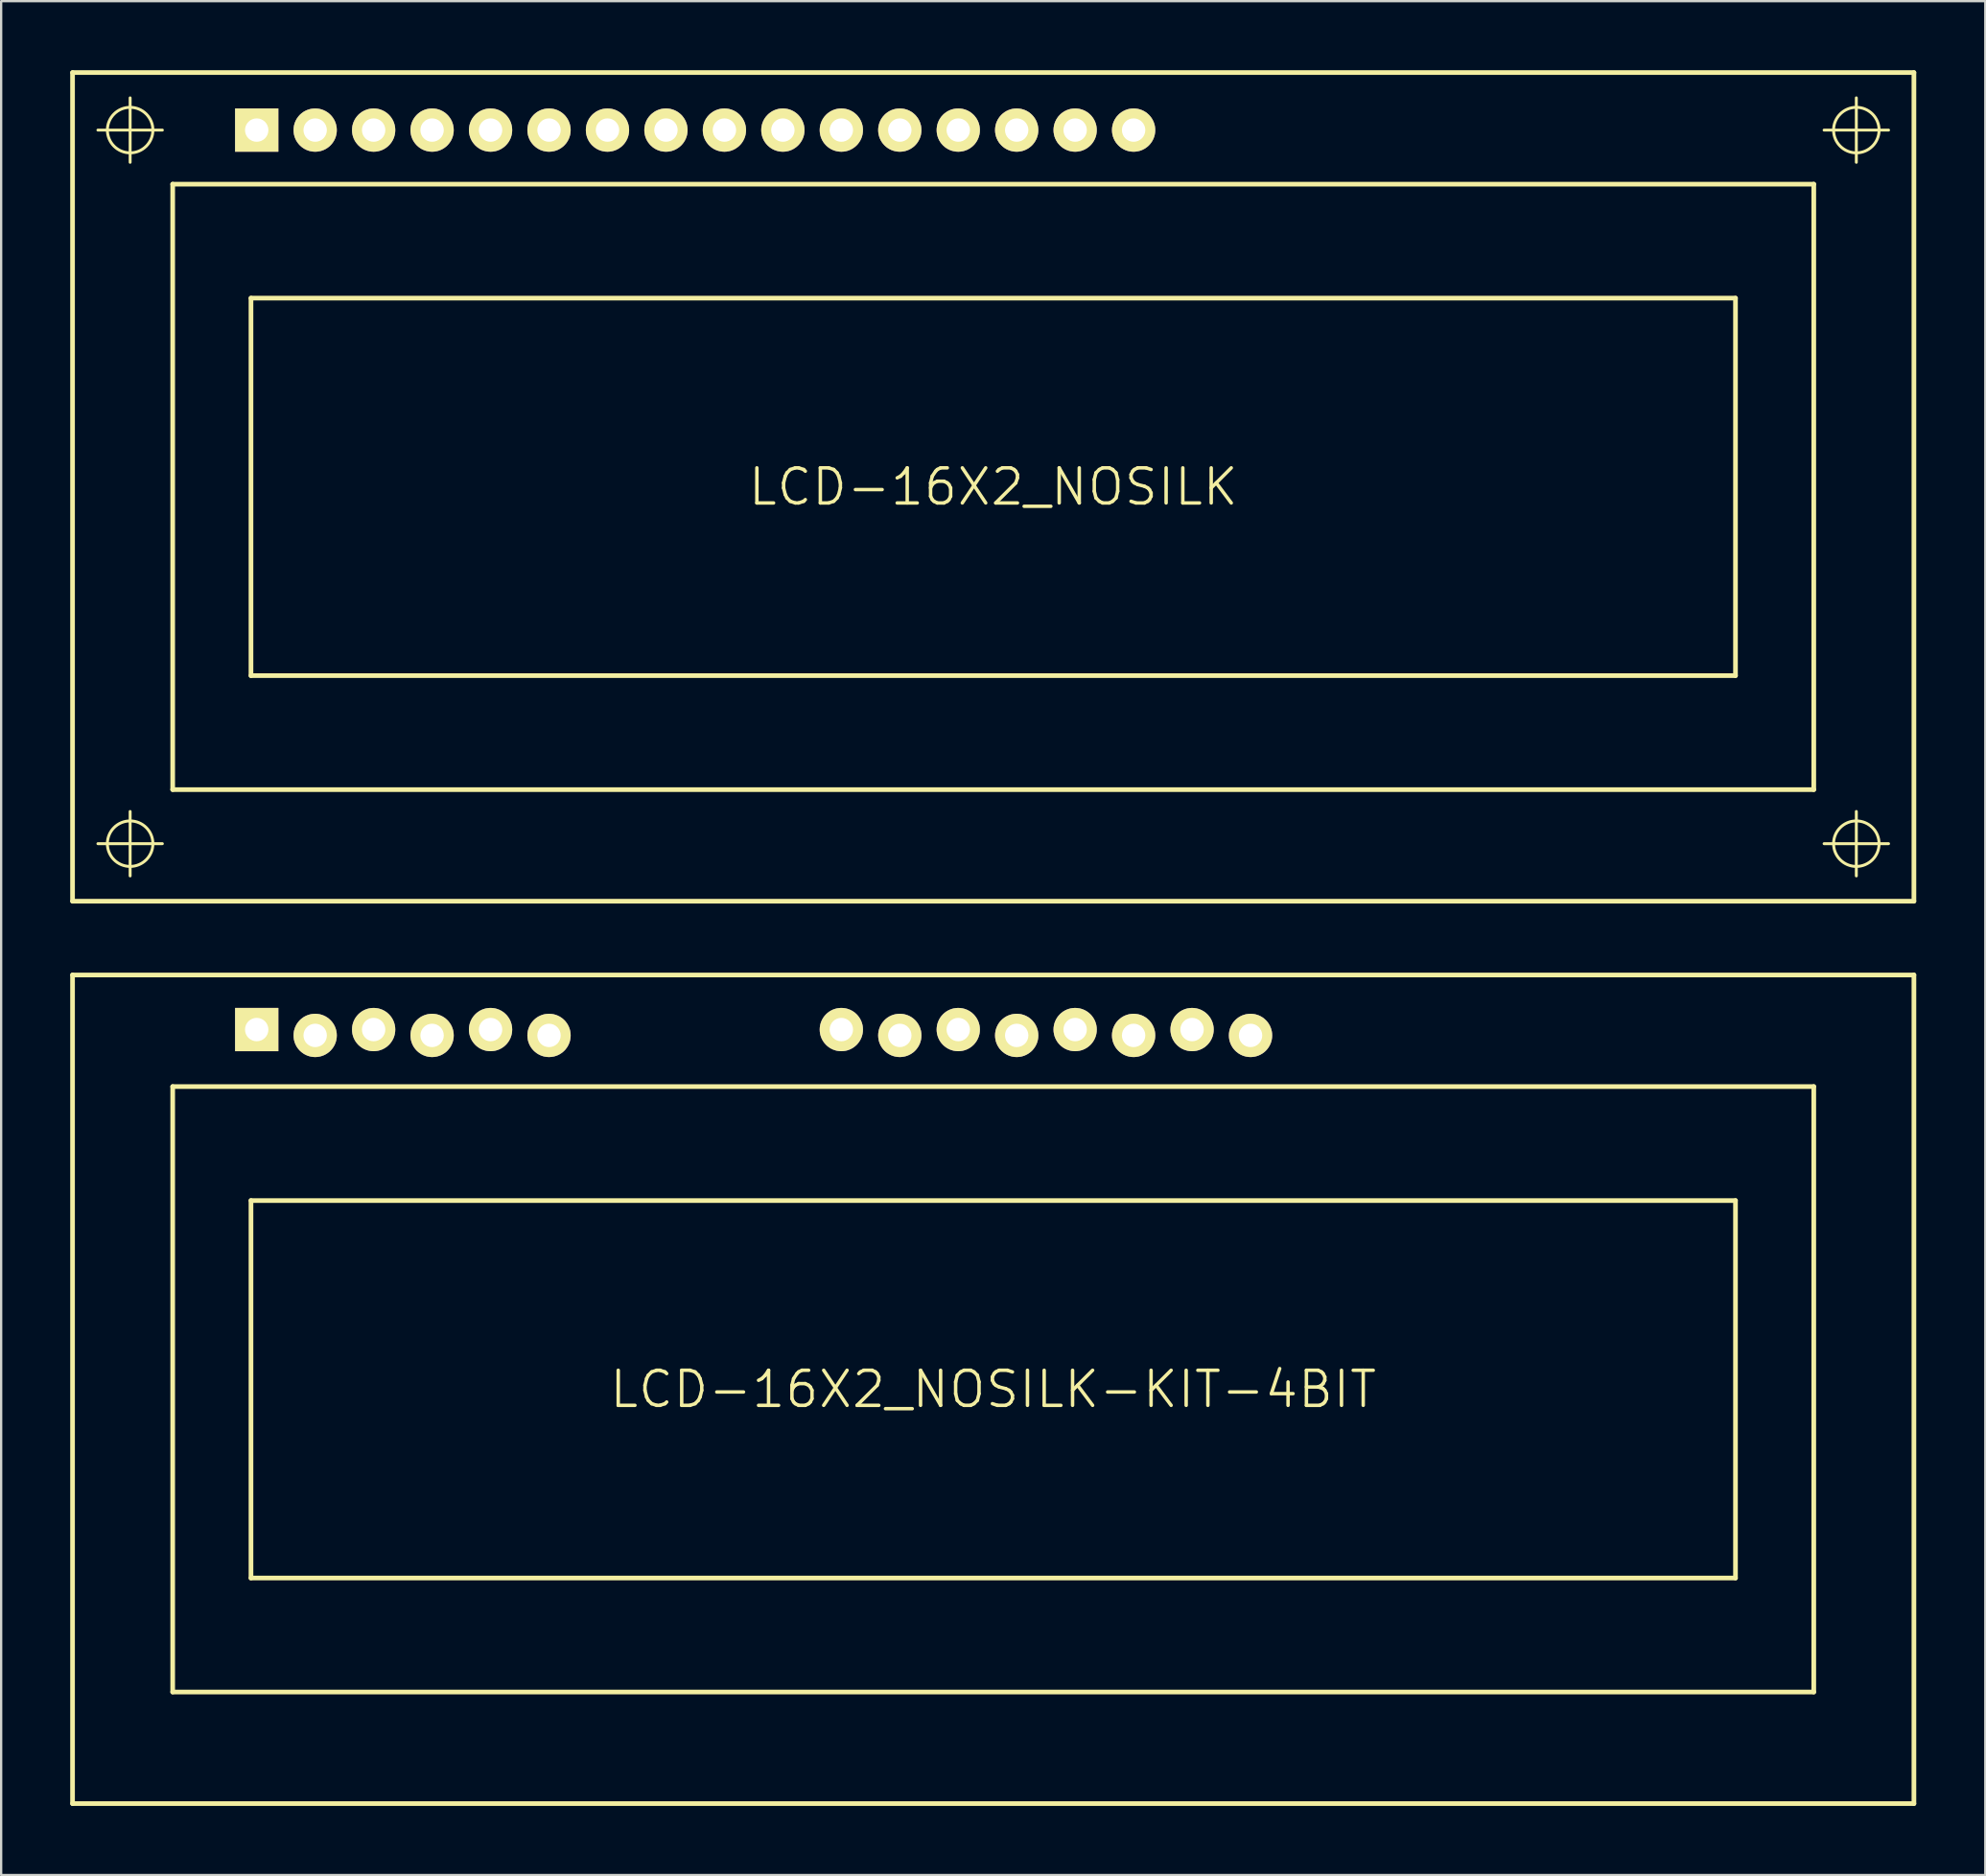
<source format=kicad_pcb>
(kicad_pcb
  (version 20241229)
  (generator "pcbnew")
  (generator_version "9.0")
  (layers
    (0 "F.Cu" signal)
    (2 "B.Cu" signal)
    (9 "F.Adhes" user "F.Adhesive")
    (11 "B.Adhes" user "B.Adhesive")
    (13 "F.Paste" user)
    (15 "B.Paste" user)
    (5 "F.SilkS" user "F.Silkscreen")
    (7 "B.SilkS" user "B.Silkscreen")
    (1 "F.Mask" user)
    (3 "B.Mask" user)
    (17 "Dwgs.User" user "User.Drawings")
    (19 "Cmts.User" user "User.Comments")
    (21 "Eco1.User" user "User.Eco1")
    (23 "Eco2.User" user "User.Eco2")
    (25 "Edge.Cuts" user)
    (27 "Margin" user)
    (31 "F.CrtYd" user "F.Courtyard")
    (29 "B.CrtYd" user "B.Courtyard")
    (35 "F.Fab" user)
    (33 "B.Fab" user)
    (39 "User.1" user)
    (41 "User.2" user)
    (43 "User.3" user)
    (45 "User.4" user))
  (footprint "LCD-16X2_NOSILK"
    (layer "F.Cu")
    (at 40.102 18.1)
    (property "Reference" "LCD-16X2_NOSILK" (at 0 0 0) (layer "F.SilkS") (effects (font (size 1.524 1.524) (thickness 0.15))))
    (attr exclude_from_pos_files exclude_from_bom)
    (fp_line (start -40 -17.998) (end 40 -17.998) (stroke (width 0.203) (type solid)) (layer "F.SilkS"))
    (fp_line (start -40 17.998) (end -40 -17.998) (stroke (width 0.203) (type solid)) (layer "F.SilkS"))
    (fp_line (start -38.898 -15.499) (end -36.098 -15.499) (stroke (width 0.127) (type solid)) (layer "F.SilkS"))
    (fp_line (start -38.898 15.499) (end -36.098 15.499) (stroke (width 0.127) (type solid)) (layer "F.SilkS"))
    (fp_line (start -37.498 -14.1) (end -37.498 -16.899) (stroke (width 0.127) (type solid)) (layer "F.SilkS"))
    (fp_line (start -37.498 16.899) (end -37.498 14.1) (stroke (width 0.127) (type solid)) (layer "F.SilkS"))
    (fp_line (start -35.649 -13.15) (end 35.649 -13.15) (stroke (width 0.203) (type solid)) (layer "F.SilkS"))
    (fp_line (start -35.649 13.15) (end -35.649 -13.15) (stroke (width 0.203) (type solid)) (layer "F.SilkS"))
    (fp_line (start -32.248 -8.199) (end 32.248 -8.199) (stroke (width 0.203) (type solid)) (layer "F.SilkS"))
    (fp_line (start -32.248 8.199) (end -32.248 -8.199) (stroke (width 0.203) (type solid)) (layer "F.SilkS"))
    (fp_line (start 32.248 -8.199) (end 32.248 8.199) (stroke (width 0.203) (type solid)) (layer "F.SilkS"))
    (fp_line (start 32.248 8.199) (end -32.248 8.199) (stroke (width 0.203) (type solid)) (layer "F.SilkS"))
    (fp_line (start 35.649 -13.15) (end 35.649 13.15) (stroke (width 0.203) (type solid)) (layer "F.SilkS"))
    (fp_line (start 35.649 13.15) (end -35.649 13.15) (stroke (width 0.203) (type solid)) (layer "F.SilkS"))
    (fp_line (start 36.098 -15.499) (end 38.898 -15.499) (stroke (width 0.127) (type solid)) (layer "F.SilkS"))
    (fp_line (start 36.098 15.499) (end 38.898 15.499) (stroke (width 0.127) (type solid)) (layer "F.SilkS"))
    (fp_line (start 37.498 -14.1) (end 37.498 -16.899) (stroke (width 0.127) (type solid)) (layer "F.SilkS"))
    (fp_line (start 37.498 16.899) (end 37.498 14.1) (stroke (width 0.127) (type solid)) (layer "F.SilkS"))
    (fp_line (start 40 -17.998) (end 40 17.998) (stroke (width 0.203) (type solid)) (layer "F.SilkS"))
    (fp_line (start 40 17.998) (end -40 17.998) (stroke (width 0.203) (type solid)) (layer "F.SilkS"))
    (fp_circle (center -37.498 -15.499) (end -38.197 -16.198) (stroke (width 0.127) (type solid)) (fill no) (layer "F.SilkS"))
    (fp_circle (center -37.498 15.499) (end -38.197 16.198) (stroke (width 0.127) (type solid)) (fill no) (layer "F.SilkS"))
    (fp_circle (center 37.498 -15.499) (end 38.197 -16.198) (stroke (width 0.127) (type solid)) (fill no) (layer "F.SilkS"))
    (fp_circle (center 37.498 15.499) (end 38.197 16.198) (stroke (width 0.127) (type solid)) (fill no) (layer "F.SilkS"))
    (pad "1" thru_hole rect (at -31.999 -15.499) (size 1.88 1.88) (drill 1.016) (layers "*.Cu" "F.Mask" "F.SilkS" "F.Paste"))
    (pad "2" thru_hole circle (at -29.459 -15.499) (size 1.88 1.88) (drill 1.016) (layers "*.Cu" "F.Mask" "F.SilkS" "F.Paste"))
    (pad "3" thru_hole circle (at -26.919 -15.499) (size 1.88 1.88) (drill 1.016) (layers "*.Cu" "F.Mask" "F.SilkS" "F.Paste"))
    (pad "4" thru_hole circle (at -24.379 -15.499) (size 1.88 1.88) (drill 1.016) (layers "*.Cu" "F.Mask" "F.SilkS" "F.Paste"))
    (pad "5" thru_hole circle (at -21.839 -15.499) (size 1.88 1.88) (drill 1.016) (layers "*.Cu" "F.Mask" "F.SilkS" "F.Paste"))
    (pad "6" thru_hole circle (at -19.299 -15.499) (size 1.88 1.88) (drill 1.016) (layers "*.Cu" "F.Mask" "F.SilkS" "F.Paste"))
    (pad "7" thru_hole circle (at -16.759 -15.499) (size 1.88 1.88) (drill 1.016) (layers "*.Cu" "F.Mask" "F.SilkS" "F.Paste"))
    (pad "8" thru_hole circle (at -14.219 -15.499) (size 1.88 1.88) (drill 1.016) (layers "*.Cu" "F.Mask" "F.SilkS" "F.Paste"))
    (pad "9" thru_hole circle (at -11.679 -15.499) (size 1.88 1.88) (drill 1.016) (layers "*.Cu" "F.Mask" "F.SilkS" "F.Paste"))
    (pad "10" thru_hole circle (at -9.139 -15.499) (size 1.88 1.88) (drill 1.016) (layers "*.Cu" "F.Mask" "F.SilkS" "F.Paste"))
    (pad "11" thru_hole circle (at -6.599 -15.499) (size 1.88 1.88) (drill 1.016) (layers "*.Cu" "F.Mask" "F.SilkS" "F.Paste"))
    (pad "12" thru_hole circle (at -4.059 -15.499) (size 1.88 1.88) (drill 1.016) (layers "*.Cu" "F.Mask" "F.SilkS" "F.Paste"))
    (pad "13" thru_hole circle (at -1.519 -15.499) (size 1.88 1.88) (drill 1.016) (layers "*.Cu" "F.Mask" "F.SilkS" "F.Paste"))
    (pad "14" thru_hole circle (at 1.019 -15.499) (size 1.88 1.88) (drill 1.016) (layers "*.Cu" "F.Mask" "F.SilkS" "F.Paste"))
    (pad "15" thru_hole circle (at 3.559 -15.499) (size 1.88 1.88) (drill 1.016) (layers "*.Cu" "F.Mask" "F.SilkS" "F.Paste"))
    (pad "16" thru_hole circle (at 6.099 -15.499) (size 1.88 1.88) (drill 1.016) (layers "*.Cu" "F.Mask" "F.SilkS" "F.Paste")))
  (footprint "LCD-16X2_NOSILK-KIT-4BIT"
    (layer "F.Cu")
    (at 40.102 57.3)
    (property "Reference" "LCD-16X2_NOSILK-KIT-4BIT" (at 0 0 0) (layer "F.SilkS") (effects (font (size 1.524 1.524) (thickness 0.15))))
    (attr exclude_from_pos_files exclude_from_bom)
    (fp_line (start -40 -17.998) (end 40 -17.998) (stroke (width 0.203) (type solid)) (layer "F.SilkS"))
    (fp_line (start -40 17.998) (end -40 -17.998) (stroke (width 0.203) (type solid)) (layer "F.SilkS"))
    (fp_line (start -35.649 -13.15) (end 35.649 -13.15) (stroke (width 0.203) (type solid)) (layer "F.SilkS"))
    (fp_line (start -35.649 13.15) (end -35.649 -13.15) (stroke (width 0.203) (type solid)) (layer "F.SilkS"))
    (fp_line (start -32.248 -8.199) (end 32.248 -8.199) (stroke (width 0.203) (type solid)) (layer "F.SilkS"))
    (fp_line (start -32.248 8.199) (end -32.248 -8.199) (stroke (width 0.203) (type solid)) (layer "F.SilkS"))
    (fp_line (start 32.248 -8.199) (end 32.248 8.199) (stroke (width 0.203) (type solid)) (layer "F.SilkS"))
    (fp_line (start 32.248 8.199) (end -32.248 8.199) (stroke (width 0.203) (type solid)) (layer "F.SilkS"))
    (fp_line (start 35.649 -13.15) (end 35.649 13.15) (stroke (width 0.203) (type solid)) (layer "F.SilkS"))
    (fp_line (start 35.649 13.15) (end -35.649 13.15) (stroke (width 0.203) (type solid)) (layer "F.SilkS"))
    (fp_line (start 40 -17.998) (end 40 17.998) (stroke (width 0.203) (type solid)) (layer "F.SilkS"))
    (fp_line (start 40 17.998) (end -40 17.998) (stroke (width 0.203) (type solid)) (layer "F.SilkS"))
    (pad "1" thru_hole rect (at -31.999 -15.626) (size 1.88 1.88) (drill 1.016) (layers "*.Cu" "F.Mask" "F.SilkS" "F.Paste"))
    (pad "2" thru_hole circle (at -29.459 -15.372) (size 1.88 1.88) (drill 1.016) (layers "*.Cu" "F.Mask" "F.SilkS" "F.Paste"))
    (pad "3" thru_hole circle (at -26.919 -15.626) (size 1.88 1.88) (drill 1.016) (layers "*.Cu" "F.Mask" "F.SilkS" "F.Paste"))
    (pad "4" thru_hole circle (at -24.379 -15.372) (size 1.88 1.88) (drill 1.016) (layers "*.Cu" "F.Mask" "F.SilkS" "F.Paste"))
    (pad "5" thru_hole circle (at -21.839 -15.626) (size 1.88 1.88) (drill 1.016) (layers "*.Cu" "F.Mask" "F.SilkS" "F.Paste"))
    (pad "6" thru_hole circle (at -19.299 -15.372) (size 1.88 1.88) (drill 1.016) (layers "*.Cu" "F.Mask" "F.SilkS" "F.Paste"))
    (pad "11" thru_hole circle (at -6.599 -15.626) (size 1.88 1.88) (drill 1.016) (layers "*.Cu" "F.Mask" "F.SilkS" "F.Paste"))
    (pad "12" thru_hole circle (at -4.059 -15.372) (size 1.88 1.88) (drill 1.016) (layers "*.Cu" "F.Mask" "F.SilkS" "F.Paste"))
    (pad "13" thru_hole circle (at -1.519 -15.626) (size 1.88 1.88) (drill 1.016) (layers "*.Cu" "F.Mask" "F.SilkS" "F.Paste"))
    (pad "14" thru_hole circle (at 1.019 -15.372) (size 1.88 1.88) (drill 1.016) (layers "*.Cu" "F.Mask" "F.SilkS" "F.Paste"))
    (pad "15" thru_hole circle (at 3.559 -15.626) (size 1.88 1.88) (drill 1.016) (layers "*.Cu" "F.Mask" "F.SilkS" "F.Paste"))
    (pad "16" thru_hole circle (at 6.099 -15.372) (size 1.88 1.88) (drill 1.016) (layers "*.Cu" "F.Mask" "F.SilkS" "F.Paste"))
    (pad "17" thru_hole circle (at 8.639 -15.626) (size 1.88 1.88) (drill 1.016) (layers "*.Cu" "F.Mask" "F.SilkS" "F.Paste"))
    (pad "18" thru_hole circle (at 11.179 -15.372) (size 1.88 1.88) (drill 1.016) (layers "*.Cu" "F.Mask" "F.SilkS" "F.Paste")))
  (gr_rect
    (start -3 -3)
    (end 83.203 78.4)
    (stroke (width 0.1) (type default))
    (fill no)
    (layer "Edge.Cuts")))
</source>
